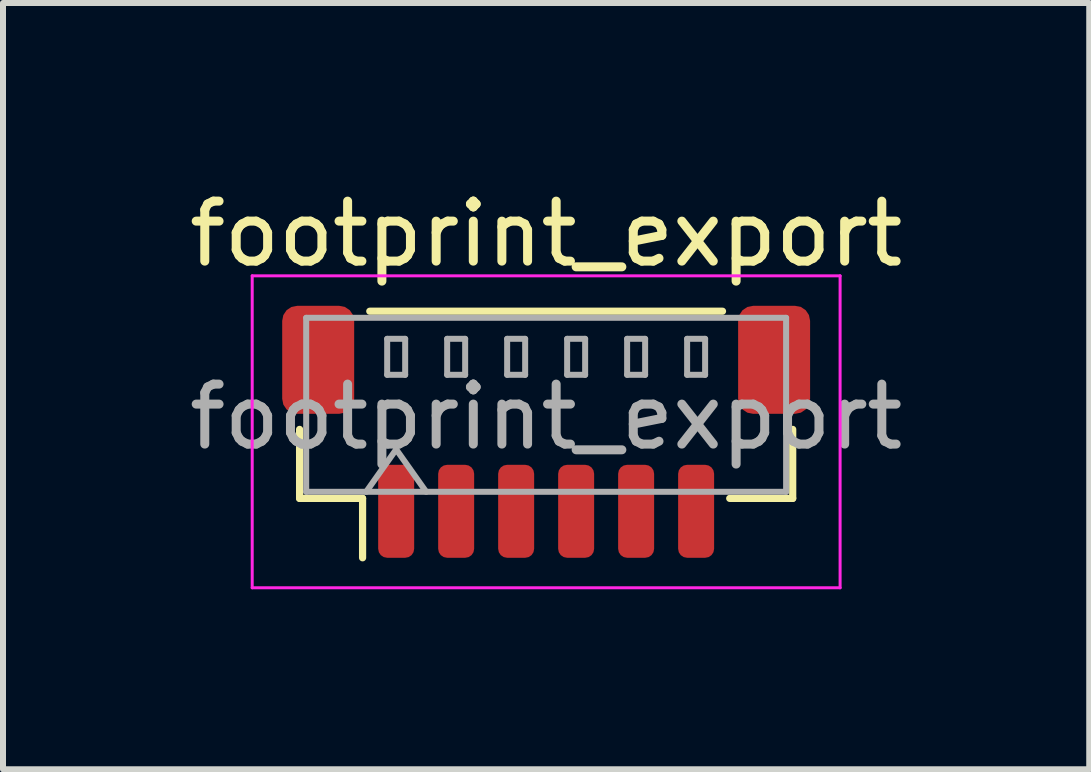
<source format=kicad_pcb>
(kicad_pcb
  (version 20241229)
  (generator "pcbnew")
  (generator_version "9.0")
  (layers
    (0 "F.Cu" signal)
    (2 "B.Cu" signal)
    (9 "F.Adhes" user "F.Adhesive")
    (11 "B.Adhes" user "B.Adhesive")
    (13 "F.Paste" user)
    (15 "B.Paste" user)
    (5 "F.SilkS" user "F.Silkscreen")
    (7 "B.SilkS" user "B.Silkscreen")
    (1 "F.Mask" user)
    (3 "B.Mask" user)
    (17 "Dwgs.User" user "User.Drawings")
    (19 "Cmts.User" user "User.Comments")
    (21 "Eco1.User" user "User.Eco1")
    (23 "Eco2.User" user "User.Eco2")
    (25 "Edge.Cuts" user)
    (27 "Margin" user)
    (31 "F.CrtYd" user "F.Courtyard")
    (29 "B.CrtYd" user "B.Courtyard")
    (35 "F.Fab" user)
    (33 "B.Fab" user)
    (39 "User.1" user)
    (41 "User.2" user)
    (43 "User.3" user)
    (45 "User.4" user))
  (footprint "footprint_export"
    (layer "F.Cu")
    (at 6.054 4.148)
    (property "Reference" "footprint_export" (at 0 -3.3 0) (layer "F.SilkS") (effects (font (size 1 1) (thickness 0.15))))
    (attr smd)
    (fp_line (start -4.11 -0.04) (end -4.11 1.11) (stroke (width 0.12) (type solid)) (layer "F.SilkS"))
    (fp_line (start -4.11 1.11) (end -3.06 1.11) (stroke (width 0.12) (type solid)) (layer "F.SilkS"))
    (fp_line (start -3.06 1.11) (end -3.06 2.1) (stroke (width 0.12) (type solid)) (layer "F.SilkS"))
    (fp_line (start -2.94 -2.01) (end 2.94 -2.01) (stroke (width 0.12) (type solid)) (layer "F.SilkS"))
    (fp_line (start 4.11 -0.04) (end 4.11 1.11) (stroke (width 0.12) (type solid)) (layer "F.SilkS"))
    (fp_line (start 4.11 1.11) (end 3.06 1.11) (stroke (width 0.12) (type solid)) (layer "F.SilkS"))
    (fp_line (start -4.9 -2.6) (end -4.9 2.6) (stroke (width 0.05) (type solid)) (layer "F.CrtYd"))
    (fp_line (start -4.9 2.6) (end 4.9 2.6) (stroke (width 0.05) (type solid)) (layer "F.CrtYd"))
    (fp_line (start 4.9 -2.6) (end -4.9 -2.6) (stroke (width 0.05) (type solid)) (layer "F.CrtYd"))
    (fp_line (start 4.9 2.6) (end 4.9 -2.6) (stroke (width 0.05) (type solid)) (layer "F.CrtYd"))
    (fp_line (start -4 -1.9) (end 4 -1.9) (stroke (width 0.1) (type solid)) (layer "F.Fab"))
    (fp_line (start -4 1) (end -4 -1.9) (stroke (width 0.1) (type solid)) (layer "F.Fab"))
    (fp_line (start -4 1) (end 4 1) (stroke (width 0.1) (type solid)) (layer "F.Fab"))
    (fp_line (start -3 1) (end -2.5 0.293) (stroke (width 0.1) (type solid)) (layer "F.Fab"))
    (fp_line (start -2.65 -1.55) (end -2.65 -0.95) (stroke (width 0.1) (type solid)) (layer "F.Fab"))
    (fp_line (start -2.65 -0.95) (end -2.35 -0.95) (stroke (width 0.1) (type solid)) (layer "F.Fab"))
    (fp_line (start -2.5 0.293) (end -2 1) (stroke (width 0.1) (type solid)) (layer "F.Fab"))
    (fp_line (start -2.35 -1.55) (end -2.65 -1.55) (stroke (width 0.1) (type solid)) (layer "F.Fab"))
    (fp_line (start -2.35 -0.95) (end -2.35 -1.55) (stroke (width 0.1) (type solid)) (layer "F.Fab"))
    (fp_line (start -1.65 -1.55) (end -1.65 -0.95) (stroke (width 0.1) (type solid)) (layer "F.Fab"))
    (fp_line (start -1.65 -0.95) (end -1.35 -0.95) (stroke (width 0.1) (type solid)) (layer "F.Fab"))
    (fp_line (start -1.35 -1.55) (end -1.65 -1.55) (stroke (width 0.1) (type solid)) (layer "F.Fab"))
    (fp_line (start -1.35 -0.95) (end -1.35 -1.55) (stroke (width 0.1) (type solid)) (layer "F.Fab"))
    (fp_line (start -0.65 -1.55) (end -0.65 -0.95) (stroke (width 0.1) (type solid)) (layer "F.Fab"))
    (fp_line (start -0.65 -0.95) (end -0.35 -0.95) (stroke (width 0.1) (type solid)) (layer "F.Fab"))
    (fp_line (start -0.35 -1.55) (end -0.65 -1.55) (stroke (width 0.1) (type solid)) (layer "F.Fab"))
    (fp_line (start -0.35 -0.95) (end -0.35 -1.55) (stroke (width 0.1) (type solid)) (layer "F.Fab"))
    (fp_line (start 0.35 -1.55) (end 0.35 -0.95) (stroke (width 0.1) (type solid)) (layer "F.Fab"))
    (fp_line (start 0.35 -0.95) (end 0.65 -0.95) (stroke (width 0.1) (type solid)) (layer "F.Fab"))
    (fp_line (start 0.65 -1.55) (end 0.35 -1.55) (stroke (width 0.1) (type solid)) (layer "F.Fab"))
    (fp_line (start 0.65 -0.95) (end 0.65 -1.55) (stroke (width 0.1) (type solid)) (layer "F.Fab"))
    (fp_line (start 1.35 -1.55) (end 1.35 -0.95) (stroke (width 0.1) (type solid)) (layer "F.Fab"))
    (fp_line (start 1.35 -0.95) (end 1.65 -0.95) (stroke (width 0.1) (type solid)) (layer "F.Fab"))
    (fp_line (start 1.65 -1.55) (end 1.35 -1.55) (stroke (width 0.1) (type solid)) (layer "F.Fab"))
    (fp_line (start 1.65 -0.95) (end 1.65 -1.55) (stroke (width 0.1) (type solid)) (layer "F.Fab"))
    (fp_line (start 2.35 -1.55) (end 2.35 -0.95) (stroke (width 0.1) (type solid)) (layer "F.Fab"))
    (fp_line (start 2.35 -0.95) (end 2.65 -0.95) (stroke (width 0.1) (type solid)) (layer "F.Fab"))
    (fp_line (start 2.65 -1.55) (end 2.35 -1.55) (stroke (width 0.1) (type solid)) (layer "F.Fab"))
    (fp_line (start 2.65 -0.95) (end 2.65 -1.55) (stroke (width 0.1) (type solid)) (layer "F.Fab"))
    (fp_line (start 4 1) (end 4 -1.9) (stroke (width 0.1) (type solid)) (layer "F.Fab"))
    (fp_text user "${REFERENCE}" (at 0 -0.25 0) (layer "F.Fab") (effects (font (size 1 1) (thickness 0.15))))
    (pad "1" smd roundrect (at -2.5 1.325) (size 0.6 1.55) (layers "F.Cu" "F.Mask" "F.Paste") (roundrect_rratio 0.25))
    (pad "2" smd roundrect (at -1.5 1.325) (size 0.6 1.55) (layers "F.Cu" "F.Mask" "F.Paste") (roundrect_rratio 0.25))
    (pad "3" smd roundrect (at -0.5 1.325) (size 0.6 1.55) (layers "F.Cu" "F.Mask" "F.Paste") (roundrect_rratio 0.25))
    (pad "4" smd roundrect (at 0.5 1.325) (size 0.6 1.55) (layers "F.Cu" "F.Mask" "F.Paste") (roundrect_rratio 0.25))
    (pad "5" smd roundrect (at 1.5 1.325) (size 0.6 1.55) (layers "F.Cu" "F.Mask" "F.Paste") (roundrect_rratio 0.25))
    (pad "6" smd roundrect (at 2.5 1.325) (size 0.6 1.55) (layers "F.Cu" "F.Mask" "F.Paste") (roundrect_rratio 0.25))
    (pad "MP" smd roundrect (at -3.8 -1.2) (size 1.2 1.8) (layers "F.Cu" "F.Mask" "F.Paste") (roundrect_rratio 0.208))
    (pad "MP" smd roundrect (at 3.8 -1.2) (size 1.2 1.8) (layers "F.Cu" "F.Mask" "F.Paste") (roundrect_rratio 0.208)))
  (gr_rect
    (start -3 -3)
    (end 15.107 9.773)
    (stroke (width 0.1) (type default))
    (fill no)
    (layer "Edge.Cuts")))
</source>
